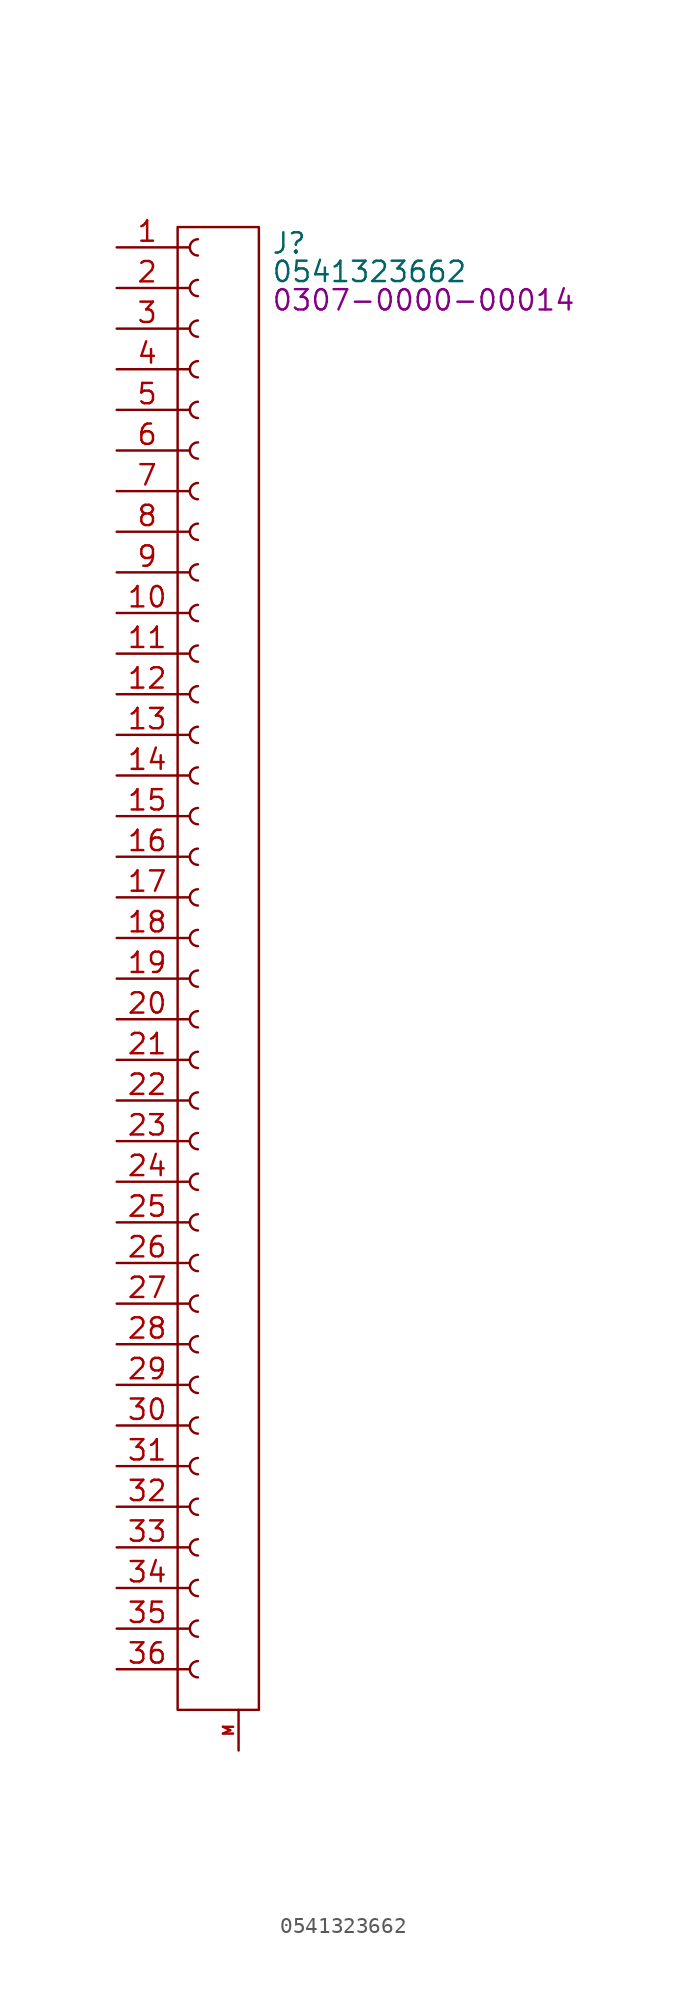
<source format=kicad_sym>
(kicad_symbol_lib
  (version 20231120)
  (generator "kicad_symbol_editor")
  (generator_version "8.0")
  (symbol "0541323662"
    (pin_names
      (offset 1.016) hide)
    (property "Reference" "J"
      (at 4.572 -2.286 0)
      (effects (font (size 1.27 1.27)) (justify left)))
    (property "Value" "0541323662"
      (at 4.572 -4.064 0)
      (effects (font (size 1.27 1.27)) (justify left)))
    (property "PartNumber" "0307-0000-00014"
      (at 4.572 -5.842 0)
      (effects (font (size 1.27 1.27)) (justify left)))
    (symbol "0541323662_0_1"
      (rectangle (start -1.27 -1.27) (end 3.81 -93.98) (stroke (width 0) (type default)) (fill (type none))))
    (symbol "0541323662_1_1"
      (arc (start 0 -90.932) (mid -0.5058 -91.44) (end 0 -91.948) (stroke (width 0.1524) (type default)) (fill (type none)))
      (arc (start 0 -88.392) (mid -0.5058 -88.9) (end 0 -89.408) (stroke (width 0.1524) (type default)) (fill (type none)))
      (arc (start 0 -85.852) (mid -0.5058 -86.36) (end 0 -86.868) (stroke (width 0.1524) (type default)) (fill (type none)))
      (arc (start 0 -83.312) (mid -0.5058 -83.82) (end 0 -84.328) (stroke (width 0.1524) (type default)) (fill (type none)))
      (arc (start 0 -80.772) (mid -0.5058 -81.28) (end 0 -81.788) (stroke (width 0.1524) (type default)) (fill (type none)))
      (arc (start 0 -78.232) (mid -0.5058 -78.74) (end 0 -79.248) (stroke (width 0.1524) (type default)) (fill (type none)))
      (arc (start 0 -75.692) (mid -0.5058 -76.2) (end 0 -76.708) (stroke (width 0.1524) (type default)) (fill (type none)))
      (arc (start 0 -73.152) (mid -0.5058 -73.66) (end 0 -74.168) (stroke (width 0.1524) (type default)) (fill (type none)))
      (arc (start 0 -70.612) (mid -0.5058 -71.12) (end 0 -71.628) (stroke (width 0.1524) (type default)) (fill (type none)))
      (arc (start 0 -68.072) (mid -0.5058 -68.58) (end 0 -69.088) (stroke (width 0.1524) (type default)) (fill (type none)))
      (arc (start 0 -65.532) (mid -0.5058 -66.04) (end 0 -66.548) (stroke (width 0.1524) (type default)) (fill (type none)))
      (arc (start 0 -62.992) (mid -0.5058 -63.5) (end 0 -64.008) (stroke (width 0.1524) (type default)) (fill (type none)))
      (arc (start 0 -60.452) (mid -0.5058 -60.96) (end 0 -61.468) (stroke (width 0.1524) (type default)) (fill (type none)))
      (arc (start 0 -57.912) (mid -0.5058 -58.42) (end 0 -58.928) (stroke (width 0.1524) (type default)) (fill (type none)))
      (arc (start 0 -55.372) (mid -0.5058 -55.88) (end 0 -56.388) (stroke (width 0.1524) (type default)) (fill (type none)))
      (arc (start 0 -52.832) (mid -0.5058 -53.34) (end 0 -53.848) (stroke (width 0.1524) (type default)) (fill (type none)))
      (arc (start 0 -50.292) (mid -0.5058 -50.8) (end 0 -51.308) (stroke (width 0.1524) (type default)) (fill (type none)))
      (arc (start 0 -47.752) (mid -0.5058 -48.26) (end 0 -48.768) (stroke (width 0.1524) (type default)) (fill (type none)))
      (arc (start 0 -45.212) (mid -0.5058 -45.72) (end 0 -46.228) (stroke (width 0.1524) (type default)) (fill (type none)))
      (arc (start 0 -42.672) (mid -0.5058 -43.18) (end 0 -43.688) (stroke (width 0.1524) (type default)) (fill (type none)))
      (arc (start 0 -40.132) (mid -0.5058 -40.64) (end 0 -41.148) (stroke (width 0.1524) (type default)) (fill (type none)))
      (arc (start 0 -37.592) (mid -0.5058 -38.1) (end 0 -38.608) (stroke (width 0.1524) (type default)) (fill (type none)))
      (arc (start 0 -35.052) (mid -0.5058 -35.56) (end 0 -36.068) (stroke (width 0.1524) (type default)) (fill (type none)))
      (arc (start 0 -32.512) (mid -0.5058 -33.02) (end 0 -33.528) (stroke (width 0.1524) (type default)) (fill (type none)))
      (arc (start 0 -29.972) (mid -0.5058 -30.48) (end 0 -30.988) (stroke (width 0.1524) (type default)) (fill (type none)))
      (arc (start 0 -27.432) (mid -0.5058 -27.94) (end 0 -28.448) (stroke (width 0.1524) (type default)) (fill (type none)))
      (arc (start 0 -24.892) (mid -0.5058 -25.4) (end 0 -25.908) (stroke (width 0.1524) (type default)) (fill (type none)))
      (arc (start 0 -22.352) (mid -0.5058 -22.86) (end 0 -23.368) (stroke (width 0.1524) (type default)) (fill (type none)))
      (arc (start 0 -19.812) (mid -0.5058 -20.32) (end 0 -20.828) (stroke (width 0.1524) (type default)) (fill (type none)))
      (arc (start 0 -17.272) (mid -0.5058 -17.78) (end 0 -18.288) (stroke (width 0.1524) (type default)) (fill (type none)))
      (arc (start 0 -14.732) (mid -0.5058 -15.24) (end 0 -15.748) (stroke (width 0.1524) (type default)) (fill (type none)))
      (arc (start 0 -12.192) (mid -0.5058 -12.7) (end 0 -13.208) (stroke (width 0.1524) (type default)) (fill (type none)))
      (arc (start 0 -9.652) (mid -0.5058 -10.16) (end 0 -10.668) (stroke (width 0.1524) (type default)) (fill (type none)))
      (arc (start 0 -7.112) (mid -0.5058 -7.62) (end 0 -8.128) (stroke (width 0.1524) (type default)) (fill (type none)))
      (arc (start 0 -4.572) (mid -0.5058 -5.08) (end 0 -5.588) (stroke (width 0.1524) (type default)) (fill (type none)))
      (arc (start 0 -2.032) (mid -0.5058 -2.54) (end 0 -3.048) (stroke (width 0.1524) (type default)) (fill (type none)))
      (polyline (pts (xy -1.27 -91.44) (xy -0.508 -91.44)) (stroke (width 0.152) (type default)) (fill (type none)))
      (polyline (pts (xy -1.27 -88.9) (xy -0.508 -88.9)) (stroke (width 0.152) (type default)) (fill (type none)))
      (polyline (pts (xy -1.27 -86.36) (xy -0.508 -86.36)) (stroke (width 0.152) (type default)) (fill (type none)))
      (polyline (pts (xy -1.27 -83.82) (xy -0.508 -83.82)) (stroke (width 0.152) (type default)) (fill (type none)))
      (polyline (pts (xy -1.27 -81.28) (xy -0.508 -81.28)) (stroke (width 0.152) (type default)) (fill (type none)))
      (polyline (pts (xy -1.27 -78.74) (xy -0.508 -78.74)) (stroke (width 0.152) (type default)) (fill (type none)))
      (polyline (pts (xy -1.27 -76.2) (xy -0.508 -76.2)) (stroke (width 0.152) (type default)) (fill (type none)))
      (polyline (pts (xy -1.27 -73.66) (xy -0.508 -73.66)) (stroke (width 0.152) (type default)) (fill (type none)))
      (polyline (pts (xy -1.27 -71.12) (xy -0.508 -71.12)) (stroke (width 0.152) (type default)) (fill (type none)))
      (polyline (pts (xy -1.27 -68.58) (xy -0.508 -68.58)) (stroke (width 0.152) (type default)) (fill (type none)))
      (polyline (pts (xy -1.27 -66.04) (xy -0.508 -66.04)) (stroke (width 0.152) (type default)) (fill (type none)))
      (polyline (pts (xy -1.27 -63.5) (xy -0.508 -63.5)) (stroke (width 0.152) (type default)) (fill (type none)))
      (polyline (pts (xy -1.27 -60.96) (xy -0.508 -60.96)) (stroke (width 0.152) (type default)) (fill (type none)))
      (polyline (pts (xy -1.27 -58.42) (xy -0.508 -58.42)) (stroke (width 0.152) (type default)) (fill (type none)))
      (polyline (pts (xy -1.27 -55.88) (xy -0.508 -55.88)) (stroke (width 0.152) (type default)) (fill (type none)))
      (polyline (pts (xy -1.27 -53.34) (xy -0.508 -53.34)) (stroke (width 0.152) (type default)) (fill (type none)))
      (polyline (pts (xy -1.27 -50.8) (xy -0.508 -50.8)) (stroke (width 0.152) (type default)) (fill (type none)))
      (polyline (pts (xy -1.27 -48.26) (xy -0.508 -48.26)) (stroke (width 0.152) (type default)) (fill (type none)))
      (polyline (pts (xy -1.27 -45.72) (xy -0.508 -45.72)) (stroke (width 0.152) (type default)) (fill (type none)))
      (polyline (pts (xy -1.27 -43.18) (xy -0.508 -43.18)) (stroke (width 0.152) (type default)) (fill (type none)))
      (polyline (pts (xy -1.27 -40.64) (xy -0.508 -40.64)) (stroke (width 0.152) (type default)) (fill (type none)))
      (polyline (pts (xy -1.27 -38.1) (xy -0.508 -38.1)) (stroke (width 0.152) (type default)) (fill (type none)))
      (polyline (pts (xy -1.27 -35.56) (xy -0.508 -35.56)) (stroke (width 0.152) (type default)) (fill (type none)))
      (polyline (pts (xy -1.27 -33.02) (xy -0.508 -33.02)) (stroke (width 0.152) (type default)) (fill (type none)))
      (polyline (pts (xy -1.27 -30.48) (xy -0.508 -30.48)) (stroke (width 0.152) (type default)) (fill (type none)))
      (polyline (pts (xy -1.27 -27.94) (xy -0.508 -27.94)) (stroke (width 0.152) (type default)) (fill (type none)))
      (polyline (pts (xy -1.27 -25.4) (xy -0.508 -25.4)) (stroke (width 0.152) (type default)) (fill (type none)))
      (polyline (pts (xy -1.27 -22.86) (xy -0.508 -22.86)) (stroke (width 0.152) (type default)) (fill (type none)))
      (polyline (pts (xy -1.27 -20.32) (xy -0.508 -20.32)) (stroke (width 0.152) (type default)) (fill (type none)))
      (polyline (pts (xy -1.27 -17.78) (xy -0.508 -17.78)) (stroke (width 0.152) (type default)) (fill (type none)))
      (polyline (pts (xy -1.27 -15.24) (xy -0.508 -15.24)) (stroke (width 0.152) (type default)) (fill (type none)))
      (polyline (pts (xy -1.27 -12.7) (xy -0.508 -12.7)) (stroke (width 0.152) (type default)) (fill (type none)))
      (polyline (pts (xy -1.27 -10.16) (xy -0.508 -10.16)) (stroke (width 0.152) (type default)) (fill (type none)))
      (polyline (pts (xy -1.27 -7.62) (xy -0.508 -7.62)) (stroke (width 0.152) (type default)) (fill (type none)))
      (polyline (pts (xy -1.27 -5.08) (xy -0.508 -5.08)) (stroke (width 0.152) (type default)) (fill (type none)))
      (polyline (pts (xy -1.27 -2.54) (xy -0.508 -2.54)) (stroke (width 0.152) (type default)) (fill (type none)))
      (pin passive line (at -5.08 -2.54 0) (length 3.81) (name "Pin_1" (effects (font (size 1.27 1.27)))) (number "1" (effects (font (size 1.27 1.27)))))
      (pin passive line (at -5.08 -25.4 0) (length 3.81) (name "Pin_10" (effects (font (size 1.27 1.27)))) (number "10" (effects (font (size 1.27 1.27)))))
      (pin passive line (at -5.08 -27.94 0) (length 3.81) (name "Pin_11" (effects (font (size 1.27 1.27)))) (number "11" (effects (font (size 1.27 1.27)))))
      (pin passive line (at -5.08 -30.48 0) (length 3.81) (name "Pin_12" (effects (font (size 1.27 1.27)))) (number "12" (effects (font (size 1.27 1.27)))))
      (pin passive line (at -5.08 -33.02 0) (length 3.81) (name "Pin_13" (effects (font (size 1.27 1.27)))) (number "13" (effects (font (size 1.27 1.27)))))
      (pin passive line (at -5.08 -35.56 0) (length 3.81) (name "Pin_14" (effects (font (size 1.27 1.27)))) (number "14" (effects (font (size 1.27 1.27)))))
      (pin passive line (at -5.08 -38.1 0) (length 3.81) (name "Pin_15" (effects (font (size 1.27 1.27)))) (number "15" (effects (font (size 1.27 1.27)))))
      (pin passive line (at -5.08 -40.64 0) (length 3.81) (name "Pin_16" (effects (font (size 1.27 1.27)))) (number "16" (effects (font (size 1.27 1.27)))))
      (pin passive line (at -5.08 -43.18 0) (length 3.81) (name "Pin_17" (effects (font (size 1.27 1.27)))) (number "17" (effects (font (size 1.27 1.27)))))
      (pin passive line (at -5.08 -45.72 0) (length 3.81) (name "Pin_18" (effects (font (size 1.27 1.27)))) (number "18" (effects (font (size 1.27 1.27)))))
      (pin passive line (at -5.08 -48.26 0) (length 3.81) (name "Pin_19" (effects (font (size 1.27 1.27)))) (number "19" (effects (font (size 1.27 1.27)))))
      (pin passive line (at -5.08 -5.08 0) (length 3.81) (name "Pin_2" (effects (font (size 1.27 1.27)))) (number "2" (effects (font (size 1.27 1.27)))))
      (pin passive line (at -5.08 -50.8 0) (length 3.81) (name "Pin_20" (effects (font (size 1.27 1.27)))) (number "20" (effects (font (size 1.27 1.27)))))
      (pin passive line (at -5.08 -53.34 0) (length 3.81) (name "Pin_21" (effects (font (size 1.27 1.27)))) (number "21" (effects (font (size 1.27 1.27)))))
      (pin passive line (at -5.08 -55.88 0) (length 3.81) (name "Pin_22" (effects (font (size 1.27 1.27)))) (number "22" (effects (font (size 1.27 1.27)))))
      (pin passive line (at -5.08 -58.42 0) (length 3.81) (name "Pin_23" (effects (font (size 1.27 1.27)))) (number "23" (effects (font (size 1.27 1.27)))))
      (pin passive line (at -5.08 -60.96 0) (length 3.81) (name "Pin_24" (effects (font (size 1.27 1.27)))) (number "24" (effects (font (size 1.27 1.27)))))
      (pin passive line (at -5.08 -63.5 0) (length 3.81) (name "Pin_25" (effects (font (size 1.27 1.27)))) (number "25" (effects (font (size 1.27 1.27)))))
      (pin passive line (at -5.08 -66.04 0) (length 3.81) (name "Pin_26" (effects (font (size 1.27 1.27)))) (number "26" (effects (font (size 1.27 1.27)))))
      (pin passive line (at -5.08 -68.58 0) (length 3.81) (name "Pin_27" (effects (font (size 1.27 1.27)))) (number "27" (effects (font (size 1.27 1.27)))))
      (pin passive line (at -5.08 -71.12 0) (length 3.81) (name "Pin_28" (effects (font (size 1.27 1.27)))) (number "28" (effects (font (size 1.27 1.27)))))
      (pin passive line (at -5.08 -73.66 0) (length 3.81) (name "Pin_29" (effects (font (size 1.27 1.27)))) (number "29" (effects (font (size 1.27 1.27)))))
      (pin passive line (at -5.08 -7.62 0) (length 3.81) (name "Pin_3" (effects (font (size 1.27 1.27)))) (number "3" (effects (font (size 1.27 1.27)))))
      (pin passive line (at -5.08 -76.2 0) (length 3.81) (name "Pin_30" (effects (font (size 1.27 1.27)))) (number "30" (effects (font (size 1.27 1.27)))))
      (pin passive line (at -5.08 -78.74 0) (length 3.81) (name "Pin_31" (effects (font (size 1.27 1.27)))) (number "31" (effects (font (size 1.27 1.27)))))
      (pin passive line (at -5.08 -81.28 0) (length 3.81) (name "Pin_32" (effects (font (size 1.27 1.27)))) (number "32" (effects (font (size 1.27 1.27)))))
      (pin passive line (at -5.08 -83.82 0) (length 3.81) (name "Pin_33" (effects (font (size 1.27 1.27)))) (number "33" (effects (font (size 1.27 1.27)))))
      (pin passive line (at -5.08 -86.36 0) (length 3.81) (name "Pin_34" (effects (font (size 1.27 1.27)))) (number "34" (effects (font (size 1.27 1.27)))))
      (pin passive line (at -5.08 -88.9 0) (length 3.81) (name "Pin_35" (effects (font (size 1.27 1.27)))) (number "35" (effects (font (size 1.27 1.27)))))
      (pin passive line (at -5.08 -91.44 0) (length 3.81) (name "Pin_36" (effects (font (size 1.27 1.27)))) (number "36" (effects (font (size 1.27 1.27)))))
      (pin passive line (at -5.08 -10.16 0) (length 3.81) (name "Pin_4" (effects (font (size 1.27 1.27)))) (number "4" (effects (font (size 1.27 1.27)))))
      (pin passive line (at -5.08 -12.7 0) (length 3.81) (name "Pin_5" (effects (font (size 1.27 1.27)))) (number "5" (effects (font (size 1.27 1.27)))))
      (pin passive line (at -5.08 -15.24 0) (length 3.81) (name "Pin_6" (effects (font (size 1.27 1.27)))) (number "6" (effects (font (size 1.27 1.27)))))
      (pin passive line (at -5.08 -17.78 0) (length 3.81) (name "Pin_7" (effects (font (size 1.27 1.27)))) (number "7" (effects (font (size 1.27 1.27)))))
      (pin passive line (at -5.08 -20.32 0) (length 3.81) (name "Pin_8" (effects (font (size 1.27 1.27)))) (number "8" (effects (font (size 1.27 1.27)))))
      (pin passive line (at -5.08 -22.86 0) (length 3.81) (name "Pin_9" (effects (font (size 1.27 1.27)))) (number "9" (effects (font (size 1.27 1.27)))))
      (pin passive line (at 2.54 -96.52 90) (length 2.54) (name "MNT" (effects (font (size 0.635 0.635)))) (number "M" (effects (font (size 0.635 0.635))))))))
</source>
